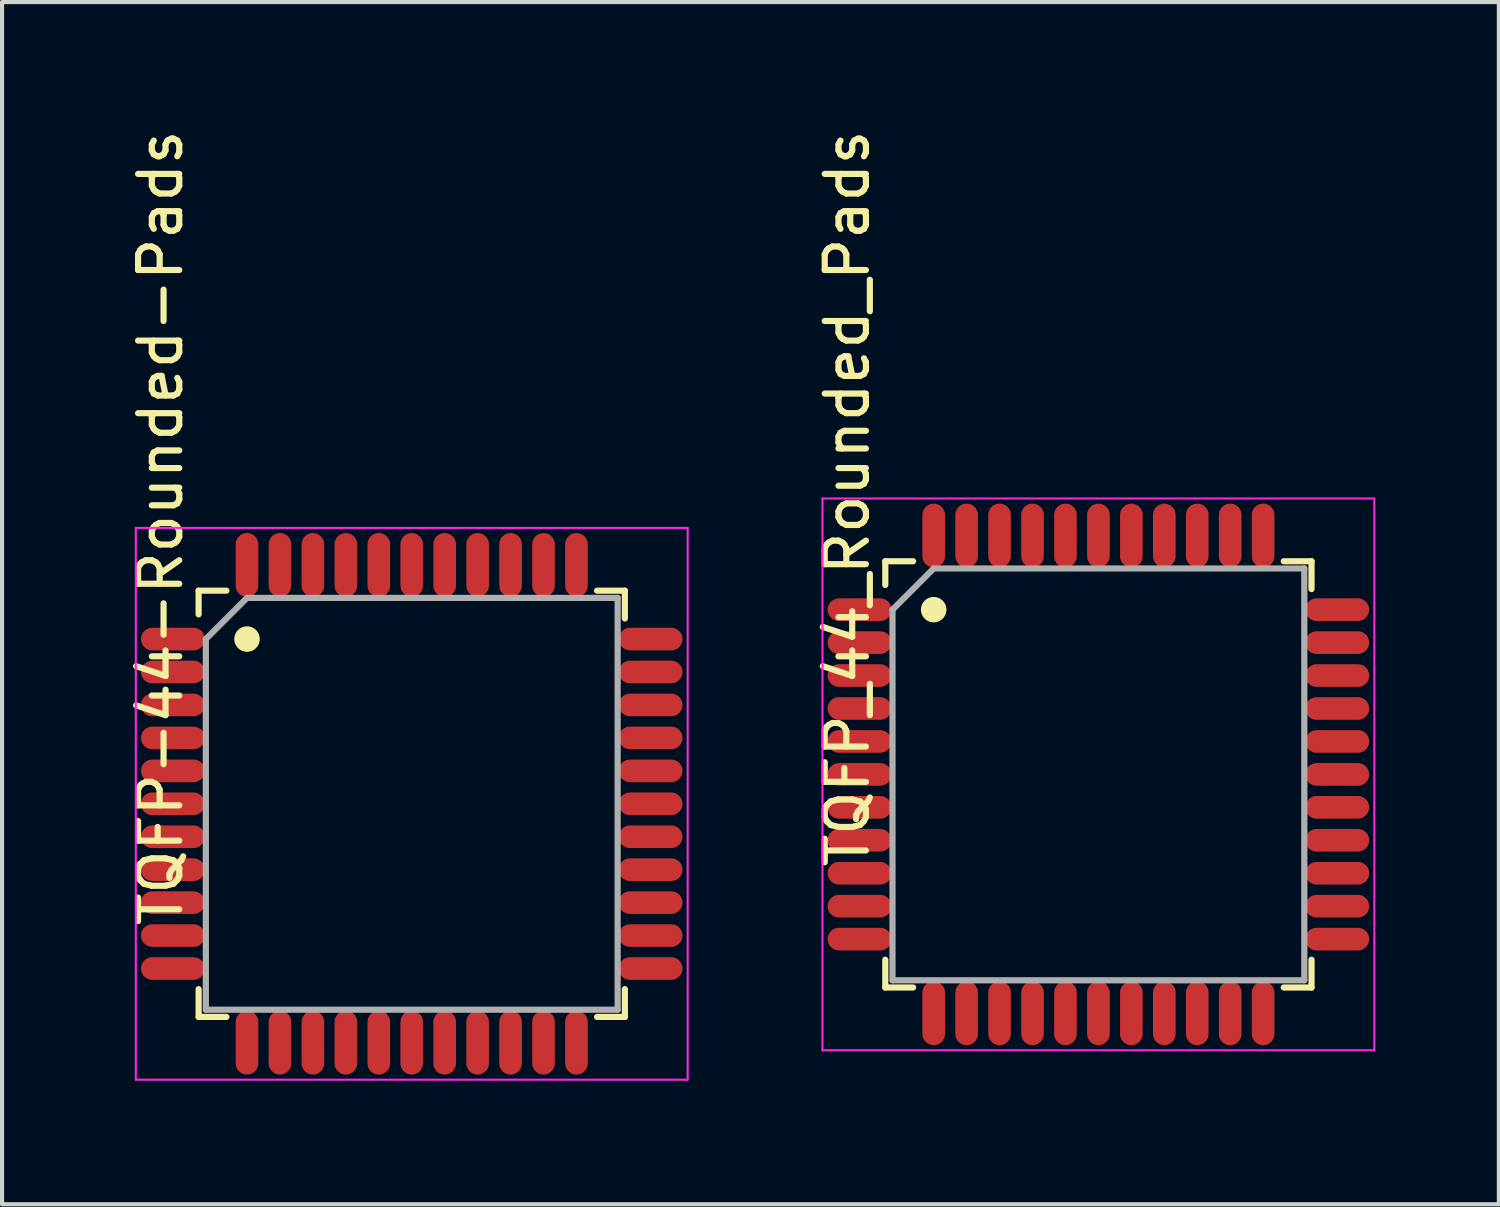
<source format=kicad_pcb>
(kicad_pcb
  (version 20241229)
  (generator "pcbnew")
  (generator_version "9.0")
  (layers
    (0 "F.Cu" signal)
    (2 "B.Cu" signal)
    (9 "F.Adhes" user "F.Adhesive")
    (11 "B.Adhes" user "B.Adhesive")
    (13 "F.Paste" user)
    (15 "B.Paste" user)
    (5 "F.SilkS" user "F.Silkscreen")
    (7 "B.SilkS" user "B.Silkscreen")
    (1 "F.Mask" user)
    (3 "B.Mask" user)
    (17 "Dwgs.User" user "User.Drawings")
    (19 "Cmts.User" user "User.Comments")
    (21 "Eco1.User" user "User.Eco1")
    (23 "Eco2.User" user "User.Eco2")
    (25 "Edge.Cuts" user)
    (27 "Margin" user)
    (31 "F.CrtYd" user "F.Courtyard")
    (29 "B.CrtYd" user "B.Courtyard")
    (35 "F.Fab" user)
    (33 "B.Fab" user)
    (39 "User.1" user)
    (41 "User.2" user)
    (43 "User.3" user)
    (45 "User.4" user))
  (footprint "TQFP-44-Rounded-Pads"
    (layer "F.Cu")
    (at 6.948 16.468)
    (property "Reference" "TQFP-44-Rounded-Pads" (at -6.1 -6.7 270) (layer "F.SilkS") (effects (font (size 1 1) (thickness 0.15))))
    (attr smd)
    (fp_line (start -5.175 -5.175) (end -5.175 -4.6) (stroke (width 0.15) (type solid)) (layer "F.SilkS"))
    (fp_line (start -5.175 -5.175) (end -4.5 -5.175) (stroke (width 0.15) (type solid)) (layer "F.SilkS"))
    (fp_line (start -5.175 5.175) (end -5.175 4.5) (stroke (width 0.15) (type solid)) (layer "F.SilkS"))
    (fp_line (start -5.175 5.175) (end -4.5 5.175) (stroke (width 0.15) (type solid)) (layer "F.SilkS"))
    (fp_line (start 5.175 -5.175) (end 4.5 -5.175) (stroke (width 0.15) (type solid)) (layer "F.SilkS"))
    (fp_line (start 5.175 -5.175) (end 5.175 -4.5) (stroke (width 0.15) (type solid)) (layer "F.SilkS"))
    (fp_line (start 5.175 5.175) (end 4.5 5.175) (stroke (width 0.15) (type solid)) (layer "F.SilkS"))
    (fp_line (start 5.175 5.175) (end 5.175 4.5) (stroke (width 0.15) (type solid)) (layer "F.SilkS"))
    (fp_circle (center -4 -4) (end -3.75 -4) (stroke (width 0.12) (type solid)) (fill yes) (layer "F.SilkS"))
    (fp_line (start -6.7 -6.7) (end -6.7 6.7) (stroke (width 0.05) (type solid)) (layer "F.CrtYd"))
    (fp_line (start -6.7 -6.7) (end 6.7 -6.7) (stroke (width 0.05) (type solid)) (layer "F.CrtYd"))
    (fp_line (start -6.7 6.7) (end 6.7 6.7) (stroke (width 0.05) (type solid)) (layer "F.CrtYd"))
    (fp_line (start 6.7 -6.7) (end 6.7 6.7) (stroke (width 0.05) (type solid)) (layer "F.CrtYd"))
    (fp_line (start -5 -4) (end -4 -5) (stroke (width 0.15) (type solid)) (layer "F.Fab"))
    (fp_line (start -5 5) (end -5 -4) (stroke (width 0.15) (type solid)) (layer "F.Fab"))
    (fp_line (start -4 -5) (end 5 -5) (stroke (width 0.15) (type solid)) (layer "F.Fab"))
    (fp_line (start 5 -5) (end 5 5) (stroke (width 0.15) (type solid)) (layer "F.Fab"))
    (fp_line (start 5 5) (end -5 5) (stroke (width 0.15) (type solid)) (layer "F.Fab"))
    (pad "1" smd oval (at -5.8 -4) (size 1.55 0.55) (layers "F.Cu" "F.Mask" "F.Paste"))
    (pad "2" smd oval (at -5.8 -3.2) (size 1.55 0.55) (layers "F.Cu" "F.Mask" "F.Paste"))
    (pad "3" smd oval (at -5.8 -2.4) (size 1.55 0.55) (layers "F.Cu" "F.Mask" "F.Paste"))
    (pad "4" smd oval (at -5.8 -1.6) (size 1.55 0.55) (layers "F.Cu" "F.Mask" "F.Paste"))
    (pad "5" smd oval (at -5.8 -0.8) (size 1.55 0.55) (layers "F.Cu" "F.Mask" "F.Paste"))
    (pad "6" smd oval (at -5.8 0) (size 1.55 0.55) (layers "F.Cu" "F.Mask" "F.Paste"))
    (pad "7" smd oval (at -5.8 0.8) (size 1.55 0.55) (layers "F.Cu" "F.Mask" "F.Paste"))
    (pad "8" smd oval (at -5.8 1.6) (size 1.55 0.55) (layers "F.Cu" "F.Mask" "F.Paste"))
    (pad "9" smd oval (at -5.8 2.4) (size 1.55 0.55) (layers "F.Cu" "F.Mask" "F.Paste"))
    (pad "10" smd oval (at -5.8 3.2) (size 1.55 0.55) (layers "F.Cu" "F.Mask" "F.Paste"))
    (pad "11" smd oval (at -5.8 4) (size 1.55 0.55) (layers "F.Cu" "F.Mask" "F.Paste"))
    (pad "12" smd oval (at -4 5.8 90) (size 1.55 0.55) (layers "F.Cu" "F.Mask" "F.Paste"))
    (pad "13" smd oval (at -3.2 5.8 90) (size 1.55 0.55) (layers "F.Cu" "F.Mask" "F.Paste"))
    (pad "14" smd oval (at -2.4 5.8 90) (size 1.55 0.55) (layers "F.Cu" "F.Mask" "F.Paste"))
    (pad "15" smd oval (at -1.6 5.8 90) (size 1.55 0.55) (layers "F.Cu" "F.Mask" "F.Paste"))
    (pad "16" smd oval (at -0.8 5.8 90) (size 1.55 0.55) (layers "F.Cu" "F.Mask" "F.Paste"))
    (pad "17" smd oval (at 0 5.8 90) (size 1.55 0.55) (layers "F.Cu" "F.Mask" "F.Paste"))
    (pad "18" smd oval (at 0.8 5.8 90) (size 1.55 0.55) (layers "F.Cu" "F.Mask" "F.Paste"))
    (pad "19" smd oval (at 1.6 5.8 90) (size 1.55 0.55) (layers "F.Cu" "F.Mask" "F.Paste"))
    (pad "20" smd oval (at 2.4 5.8 90) (size 1.55 0.55) (layers "F.Cu" "F.Mask" "F.Paste"))
    (pad "21" smd oval (at 3.2 5.8 90) (size 1.55 0.55) (layers "F.Cu" "F.Mask" "F.Paste"))
    (pad "22" smd oval (at 4 5.8 90) (size 1.55 0.55) (layers "F.Cu" "F.Mask" "F.Paste"))
    (pad "23" smd oval (at 5.8 4) (size 1.55 0.55) (layers "F.Cu" "F.Mask" "F.Paste"))
    (pad "24" smd oval (at 5.8 3.2) (size 1.55 0.55) (layers "F.Cu" "F.Mask" "F.Paste"))
    (pad "25" smd oval (at 5.8 2.4) (size 1.55 0.55) (layers "F.Cu" "F.Mask" "F.Paste"))
    (pad "26" smd oval (at 5.8 1.6) (size 1.55 0.55) (layers "F.Cu" "F.Mask" "F.Paste"))
    (pad "27" smd oval (at 5.8 0.8) (size 1.55 0.55) (layers "F.Cu" "F.Mask" "F.Paste"))
    (pad "28" smd oval (at 5.8 0) (size 1.55 0.55) (layers "F.Cu" "F.Mask" "F.Paste"))
    (pad "29" smd oval (at 5.8 -0.8) (size 1.55 0.55) (layers "F.Cu" "F.Mask" "F.Paste"))
    (pad "30" smd oval (at 5.8 -1.6) (size 1.55 0.55) (layers "F.Cu" "F.Mask" "F.Paste"))
    (pad "31" smd oval (at 5.8 -2.4) (size 1.55 0.55) (layers "F.Cu" "F.Mask" "F.Paste"))
    (pad "32" smd oval (at 5.8 -3.2) (size 1.55 0.55) (layers "F.Cu" "F.Mask" "F.Paste"))
    (pad "33" smd oval (at 5.8 -4) (size 1.55 0.55) (layers "F.Cu" "F.Mask" "F.Paste"))
    (pad "34" smd oval (at 4 -5.8 90) (size 1.55 0.55) (layers "F.Cu" "F.Mask" "F.Paste"))
    (pad "35" smd oval (at 3.2 -5.8 90) (size 1.55 0.55) (layers "F.Cu" "F.Mask" "F.Paste"))
    (pad "36" smd oval (at 2.4 -5.8 90) (size 1.55 0.55) (layers "F.Cu" "F.Mask" "F.Paste"))
    (pad "37" smd oval (at 1.6 -5.8 90) (size 1.55 0.55) (layers "F.Cu" "F.Mask" "F.Paste"))
    (pad "38" smd oval (at 0.8 -5.8 90) (size 1.55 0.55) (layers "F.Cu" "F.Mask" "F.Paste"))
    (pad "39" smd oval (at 0 -5.8 90) (size 1.55 0.55) (layers "F.Cu" "F.Mask" "F.Paste"))
    (pad "40" smd oval (at -0.8 -5.8 90) (size 1.55 0.55) (layers "F.Cu" "F.Mask" "F.Paste"))
    (pad "41" smd oval (at -1.6 -5.8 90) (size 1.55 0.55) (layers "F.Cu" "F.Mask" "F.Paste"))
    (pad "42" smd oval (at -2.4 -5.8 90) (size 1.55 0.55) (layers "F.Cu" "F.Mask" "F.Paste"))
    (pad "43" smd oval (at -3.2 -5.8 90) (size 1.55 0.55) (layers "F.Cu" "F.Mask" "F.Paste"))
    (pad "44" smd oval (at -4 -5.8 90) (size 1.55 0.55) (layers "F.Cu" "F.Mask" "F.Paste")))
  (footprint "TQFP_44_Rounded_Pads"
    (layer "F.Cu")
    (at 23.622 15.754)
    (property "Reference" "TQFP_44_Rounded_Pads" (at -6.1 -6.7 270) (layer "F.SilkS") (effects (font (size 1 1) (thickness 0.15))))
    (attr smd)
    (fp_line (start -5.175 -5.175) (end -5.175 -4.6) (stroke (width 0.15) (type solid)) (layer "F.SilkS"))
    (fp_line (start -5.175 -5.175) (end -4.5 -5.175) (stroke (width 0.15) (type solid)) (layer "F.SilkS"))
    (fp_line (start -5.175 5.175) (end -5.175 4.5) (stroke (width 0.15) (type solid)) (layer "F.SilkS"))
    (fp_line (start -5.175 5.175) (end -4.5 5.175) (stroke (width 0.15) (type solid)) (layer "F.SilkS"))
    (fp_line (start 5.175 -5.175) (end 4.5 -5.175) (stroke (width 0.15) (type solid)) (layer "F.SilkS"))
    (fp_line (start 5.175 -5.175) (end 5.175 -4.5) (stroke (width 0.15) (type solid)) (layer "F.SilkS"))
    (fp_line (start 5.175 5.175) (end 4.5 5.175) (stroke (width 0.15) (type solid)) (layer "F.SilkS"))
    (fp_line (start 5.175 5.175) (end 5.175 4.5) (stroke (width 0.15) (type solid)) (layer "F.SilkS"))
    (fp_circle (center -4 -4) (end -3.75 -4) (stroke (width 0.12) (type solid)) (fill yes) (layer "F.SilkS"))
    (fp_line (start -6.7 -6.7) (end -6.7 6.7) (stroke (width 0.05) (type solid)) (layer "F.CrtYd"))
    (fp_line (start -6.7 -6.7) (end 6.7 -6.7) (stroke (width 0.05) (type solid)) (layer "F.CrtYd"))
    (fp_line (start -6.7 6.7) (end 6.7 6.7) (stroke (width 0.05) (type solid)) (layer "F.CrtYd"))
    (fp_line (start 6.7 -6.7) (end 6.7 6.7) (stroke (width 0.05) (type solid)) (layer "F.CrtYd"))
    (fp_line (start -5 -4) (end -4 -5) (stroke (width 0.15) (type solid)) (layer "F.Fab"))
    (fp_line (start -5 5) (end -5 -4) (stroke (width 0.15) (type solid)) (layer "F.Fab"))
    (fp_line (start -4 -5) (end 5 -5) (stroke (width 0.15) (type solid)) (layer "F.Fab"))
    (fp_line (start 5 -5) (end 5 5) (stroke (width 0.15) (type solid)) (layer "F.Fab"))
    (fp_line (start 5 5) (end -5 5) (stroke (width 0.15) (type solid)) (layer "F.Fab"))
    (pad "1" smd oval (at -5.8 -4) (size 1.55 0.55) (layers "F.Cu" "F.Mask" "F.Paste"))
    (pad "2" smd oval (at -5.8 -3.2) (size 1.55 0.55) (layers "F.Cu" "F.Mask" "F.Paste"))
    (pad "3" smd oval (at -5.8 -2.4) (size 1.55 0.55) (layers "F.Cu" "F.Mask" "F.Paste"))
    (pad "4" smd oval (at -5.8 -1.6) (size 1.55 0.55) (layers "F.Cu" "F.Mask" "F.Paste"))
    (pad "5" smd oval (at -5.8 -0.8) (size 1.55 0.55) (layers "F.Cu" "F.Mask" "F.Paste"))
    (pad "6" smd oval (at -5.8 0) (size 1.55 0.55) (layers "F.Cu" "F.Mask" "F.Paste"))
    (pad "7" smd oval (at -5.8 0.8) (size 1.55 0.55) (layers "F.Cu" "F.Mask" "F.Paste"))
    (pad "8" smd oval (at -5.8 1.6) (size 1.55 0.55) (layers "F.Cu" "F.Mask" "F.Paste"))
    (pad "9" smd oval (at -5.8 2.4) (size 1.55 0.55) (layers "F.Cu" "F.Mask" "F.Paste"))
    (pad "10" smd oval (at -5.8 3.2) (size 1.55 0.55) (layers "F.Cu" "F.Mask" "F.Paste"))
    (pad "11" smd oval (at -5.8 4) (size 1.55 0.55) (layers "F.Cu" "F.Mask" "F.Paste"))
    (pad "12" smd oval (at -4 5.8 90) (size 1.55 0.55) (layers "F.Cu" "F.Mask" "F.Paste"))
    (pad "13" smd oval (at -3.2 5.8 90) (size 1.55 0.55) (layers "F.Cu" "F.Mask" "F.Paste"))
    (pad "14" smd oval (at -2.4 5.8 90) (size 1.55 0.55) (layers "F.Cu" "F.Mask" "F.Paste"))
    (pad "15" smd oval (at -1.6 5.8 90) (size 1.55 0.55) (layers "F.Cu" "F.Mask" "F.Paste"))
    (pad "16" smd oval (at -0.8 5.8 90) (size 1.55 0.55) (layers "F.Cu" "F.Mask" "F.Paste"))
    (pad "17" smd oval (at 0 5.8 90) (size 1.55 0.55) (layers "F.Cu" "F.Mask" "F.Paste"))
    (pad "18" smd oval (at 0.8 5.8 90) (size 1.55 0.55) (layers "F.Cu" "F.Mask" "F.Paste"))
    (pad "19" smd oval (at 1.6 5.8 90) (size 1.55 0.55) (layers "F.Cu" "F.Mask" "F.Paste"))
    (pad "20" smd oval (at 2.4 5.8 90) (size 1.55 0.55) (layers "F.Cu" "F.Mask" "F.Paste"))
    (pad "21" smd oval (at 3.2 5.8 90) (size 1.55 0.55) (layers "F.Cu" "F.Mask" "F.Paste"))
    (pad "22" smd oval (at 4 5.8 90) (size 1.55 0.55) (layers "F.Cu" "F.Mask" "F.Paste"))
    (pad "23" smd oval (at 5.8 4) (size 1.55 0.55) (layers "F.Cu" "F.Mask" "F.Paste"))
    (pad "24" smd oval (at 5.8 3.2) (size 1.55 0.55) (layers "F.Cu" "F.Mask" "F.Paste"))
    (pad "25" smd oval (at 5.8 2.4) (size 1.55 0.55) (layers "F.Cu" "F.Mask" "F.Paste"))
    (pad "26" smd oval (at 5.8 1.6) (size 1.55 0.55) (layers "F.Cu" "F.Mask" "F.Paste"))
    (pad "27" smd oval (at 5.8 0.8) (size 1.55 0.55) (layers "F.Cu" "F.Mask" "F.Paste"))
    (pad "28" smd oval (at 5.8 0) (size 1.55 0.55) (layers "F.Cu" "F.Mask" "F.Paste"))
    (pad "29" smd oval (at 5.8 -0.8) (size 1.55 0.55) (layers "F.Cu" "F.Mask" "F.Paste"))
    (pad "30" smd oval (at 5.8 -1.6) (size 1.55 0.55) (layers "F.Cu" "F.Mask" "F.Paste"))
    (pad "31" smd oval (at 5.8 -2.4) (size 1.55 0.55) (layers "F.Cu" "F.Mask" "F.Paste"))
    (pad "32" smd oval (at 5.8 -3.2) (size 1.55 0.55) (layers "F.Cu" "F.Mask" "F.Paste"))
    (pad "33" smd oval (at 5.8 -4) (size 1.55 0.55) (layers "F.Cu" "F.Mask" "F.Paste"))
    (pad "34" smd oval (at 4 -5.8 90) (size 1.55 0.55) (layers "F.Cu" "F.Mask" "F.Paste"))
    (pad "35" smd oval (at 3.2 -5.8 90) (size 1.55 0.55) (layers "F.Cu" "F.Mask" "F.Paste"))
    (pad "36" smd oval (at 2.4 -5.8 90) (size 1.55 0.55) (layers "F.Cu" "F.Mask" "F.Paste"))
    (pad "37" smd oval (at 1.6 -5.8 90) (size 1.55 0.55) (layers "F.Cu" "F.Mask" "F.Paste"))
    (pad "38" smd oval (at 0.8 -5.8 90) (size 1.55 0.55) (layers "F.Cu" "F.Mask" "F.Paste"))
    (pad "39" smd oval (at 0 -5.8 90) (size 1.55 0.55) (layers "F.Cu" "F.Mask" "F.Paste"))
    (pad "40" smd oval (at -0.8 -5.8 90) (size 1.55 0.55) (layers "F.Cu" "F.Mask" "F.Paste"))
    (pad "41" smd oval (at -1.6 -5.8 90) (size 1.55 0.55) (layers "F.Cu" "F.Mask" "F.Paste"))
    (pad "42" smd oval (at -2.4 -5.8 90) (size 1.55 0.55) (layers "F.Cu" "F.Mask" "F.Paste"))
    (pad "43" smd oval (at -3.2 -5.8 90) (size 1.55 0.55) (layers "F.Cu" "F.Mask" "F.Paste"))
    (pad "44" smd oval (at -4 -5.8 90) (size 1.55 0.55) (layers "F.Cu" "F.Mask" "F.Paste")))
  (gr_rect
    (start -3 -3)
    (end 33.346 26.193)
    (stroke (width 0.1) (type default))
    (fill no)
    (layer "Edge.Cuts")))
</source>
